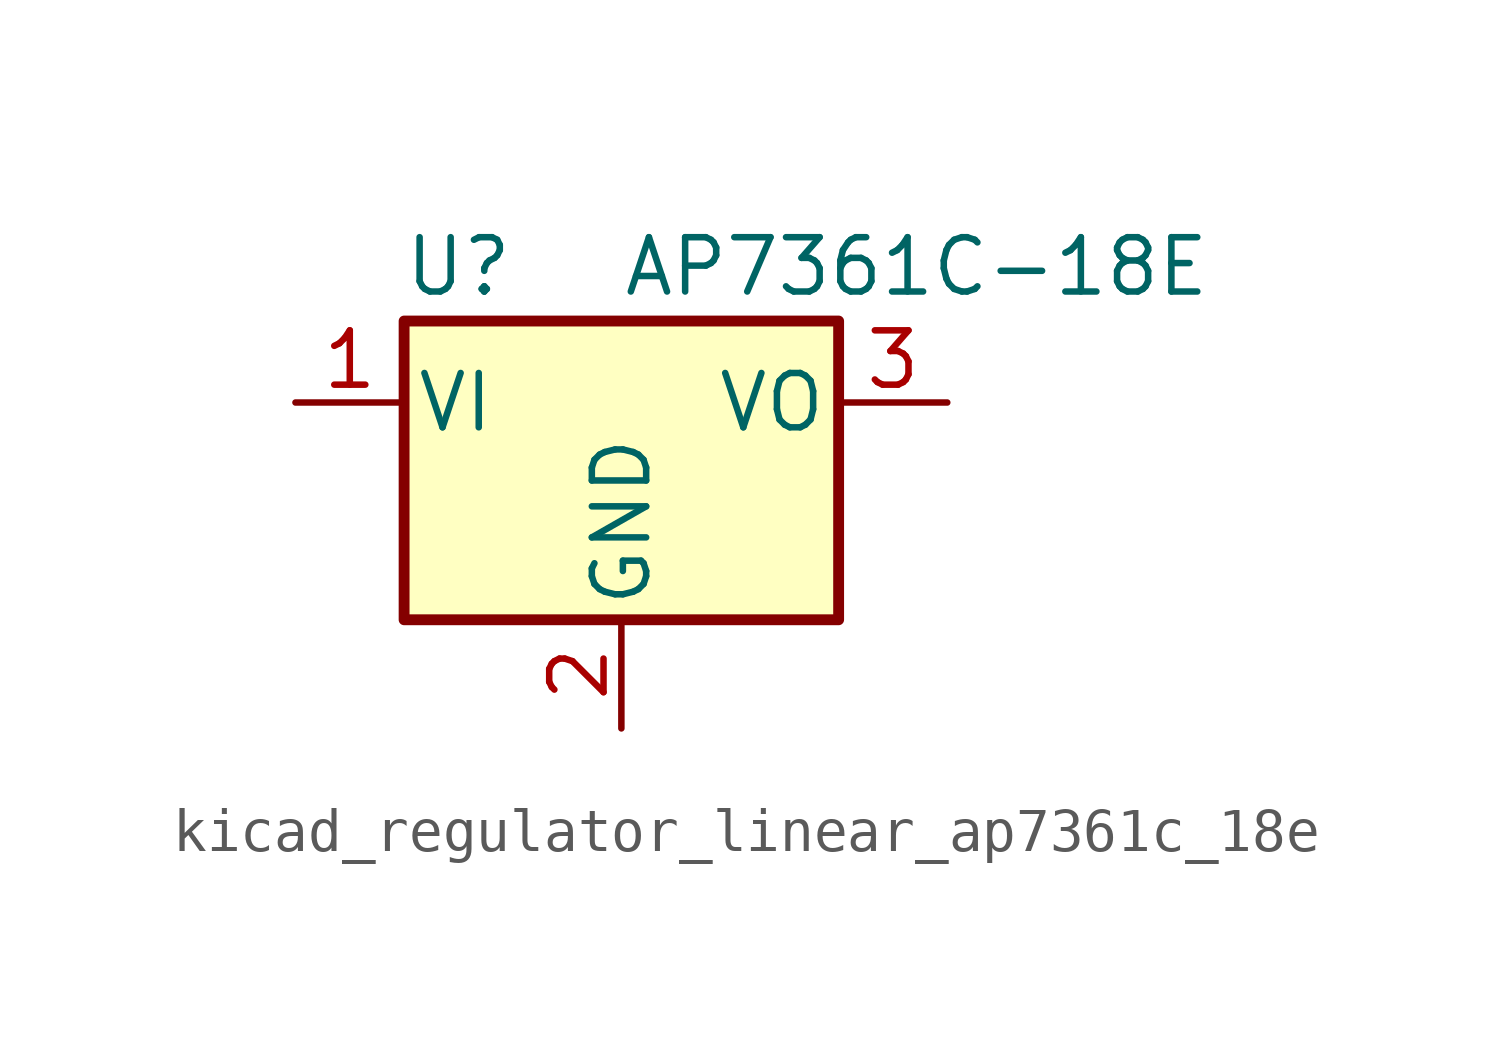
<source format=kicad_sym>
(kicad_symbol_lib
  (version 20220914)
  (generator kicad_symbol_editor)
  (symbol "kicad_regulator_linear_ap7361c_18e"
    (pin_names
      (offset 0.254))
    (property "Reference" "U"
      (at -3.81 3.175 0)
      (effects (font (size 1.27 1.27))))
    (property "Value" "AP7361C-18E"
      (at 0 3.175 0)
      (effects (font (size 1.27 1.27)) (justify left)))
    (symbol "kicad_regulator_linear_ap7361c_18e_0_1"
      (rectangle (start -5.08 -5.08) (end 5.08 1.905) (stroke (width 0.254) (type default)) (fill (type background))))
    (symbol "kicad_regulator_linear_ap7361c_18e_1_1"
      (pin power_in line (at -7.62 0 0) (length 2.54) (name "VI" (effects (font (size 1.27 1.27)))) (number "1" (effects (font (size 1.27 1.27)))))
      (pin power_in line (at 0 -7.62 90) (length 2.54) (name "GND" (effects (font (size 1.27 1.27)))) (number "2" (effects (font (size 1.27 1.27)))))
      (pin power_out line (at 7.62 0 180) (length 2.54) (name "VO" (effects (font (size 1.27 1.27)))) (number "3" (effects (font (size 1.27 1.27))))))))
</source>
